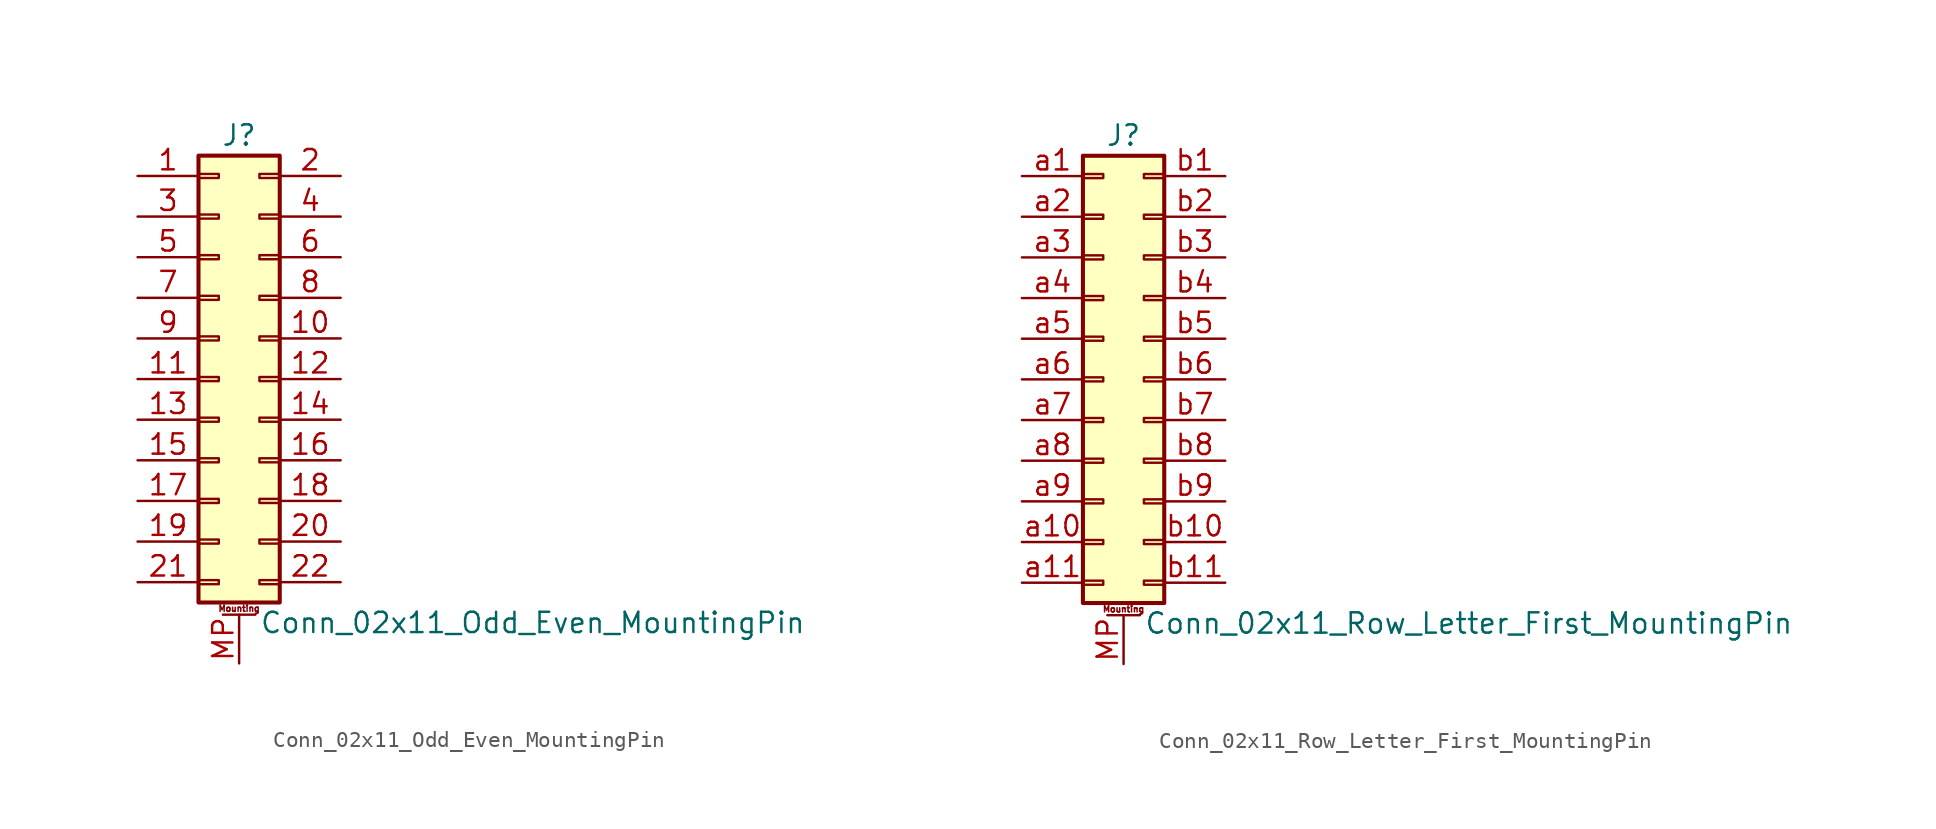
<source format=kicad_sym>
(kicad_symbol_lib
  (version 20211014)
  (generator kicad_symbol_editor)
  (symbol "Conn_02x11_Odd_Even_MountingPin"
    (pin_names
      (offset 1.016) hide)
    (property "Reference" "J"
      (at 1.27 15.24 0)
      (effects (font (size 1.27 1.27))))
    (property "Value" "Conn_02x11_Odd_Even_MountingPin"
      (at 2.54 -15.24 0)
      (effects (font (size 1.27 1.27)) (justify left)))
    (symbol "Conn_02x11_Odd_Even_MountingPin_1_1"
      (rectangle (start -1.27 -12.573) (end 0 -12.827) (stroke (width 0.152) (type default) (color 0 0 0 0)) (fill (type none)))
      (rectangle (start -1.27 -10.033) (end 0 -10.287) (stroke (width 0.152) (type default) (color 0 0 0 0)) (fill (type none)))
      (rectangle (start -1.27 -7.493) (end 0 -7.747) (stroke (width 0.152) (type default) (color 0 0 0 0)) (fill (type none)))
      (rectangle (start -1.27 -4.953) (end 0 -5.207) (stroke (width 0.152) (type default) (color 0 0 0 0)) (fill (type none)))
      (rectangle (start -1.27 -2.413) (end 0 -2.667) (stroke (width 0.152) (type default) (color 0 0 0 0)) (fill (type none)))
      (rectangle (start -1.27 0.127) (end 0 -0.127) (stroke (width 0.152) (type default) (color 0 0 0 0)) (fill (type none)))
      (rectangle (start -1.27 2.667) (end 0 2.413) (stroke (width 0.152) (type default) (color 0 0 0 0)) (fill (type none)))
      (rectangle (start -1.27 5.207) (end 0 4.953) (stroke (width 0.152) (type default) (color 0 0 0 0)) (fill (type none)))
      (rectangle (start -1.27 7.747) (end 0 7.493) (stroke (width 0.152) (type default) (color 0 0 0 0)) (fill (type none)))
      (rectangle (start -1.27 10.287) (end 0 10.033) (stroke (width 0.152) (type default) (color 0 0 0 0)) (fill (type none)))
      (rectangle (start -1.27 12.827) (end 0 12.573) (stroke (width 0.152) (type default) (color 0 0 0 0)) (fill (type none)))
      (rectangle (start -1.27 13.97) (end 3.81 -13.97) (stroke (width 0.254) (type default) (color 0 0 0 0)) (fill (type background)))
      (polyline (pts (xy 0.254 -14.732) (xy 2.286 -14.732)) (stroke (width 0.152) (type default) (color 0 0 0 0)) (fill (type none)))
      (rectangle (start 3.81 -12.573) (end 2.54 -12.827) (stroke (width 0.152) (type default) (color 0 0 0 0)) (fill (type none)))
      (rectangle (start 3.81 -10.033) (end 2.54 -10.287) (stroke (width 0.152) (type default) (color 0 0 0 0)) (fill (type none)))
      (rectangle (start 3.81 -7.493) (end 2.54 -7.747) (stroke (width 0.152) (type default) (color 0 0 0 0)) (fill (type none)))
      (rectangle (start 3.81 -4.953) (end 2.54 -5.207) (stroke (width 0.152) (type default) (color 0 0 0 0)) (fill (type none)))
      (rectangle (start 3.81 -2.413) (end 2.54 -2.667) (stroke (width 0.152) (type default) (color 0 0 0 0)) (fill (type none)))
      (rectangle (start 3.81 0.127) (end 2.54 -0.127) (stroke (width 0.152) (type default) (color 0 0 0 0)) (fill (type none)))
      (rectangle (start 3.81 2.667) (end 2.54 2.413) (stroke (width 0.152) (type default) (color 0 0 0 0)) (fill (type none)))
      (rectangle (start 3.81 5.207) (end 2.54 4.953) (stroke (width 0.152) (type default) (color 0 0 0 0)) (fill (type none)))
      (rectangle (start 3.81 7.747) (end 2.54 7.493) (stroke (width 0.152) (type default) (color 0 0 0 0)) (fill (type none)))
      (rectangle (start 3.81 10.287) (end 2.54 10.033) (stroke (width 0.152) (type default) (color 0 0 0 0)) (fill (type none)))
      (rectangle (start 3.81 12.827) (end 2.54 12.573) (stroke (width 0.152) (type default) (color 0 0 0 0)) (fill (type none)))
      (text "Mounting" (at 1.27 -14.351 0) (effects (font (size 0.381 0.381))))
      (pin passive line (at -5.08 12.7 0) (length 3.81) (name "Pin_1" (effects (font (size 1.27 1.27)))) (number "1" (effects (font (size 1.27 1.27)))))
      (pin passive line (at 7.62 2.54 180) (length 3.81) (name "Pin_10" (effects (font (size 1.27 1.27)))) (number "10" (effects (font (size 1.27 1.27)))))
      (pin passive line (at -5.08 0 0) (length 3.81) (name "Pin_11" (effects (font (size 1.27 1.27)))) (number "11" (effects (font (size 1.27 1.27)))))
      (pin passive line (at 7.62 0 180) (length 3.81) (name "Pin_12" (effects (font (size 1.27 1.27)))) (number "12" (effects (font (size 1.27 1.27)))))
      (pin passive line (at -5.08 -2.54 0) (length 3.81) (name "Pin_13" (effects (font (size 1.27 1.27)))) (number "13" (effects (font (size 1.27 1.27)))))
      (pin passive line (at 7.62 -2.54 180) (length 3.81) (name "Pin_14" (effects (font (size 1.27 1.27)))) (number "14" (effects (font (size 1.27 1.27)))))
      (pin passive line (at -5.08 -5.08 0) (length 3.81) (name "Pin_15" (effects (font (size 1.27 1.27)))) (number "15" (effects (font (size 1.27 1.27)))))
      (pin passive line (at 7.62 -5.08 180) (length 3.81) (name "Pin_16" (effects (font (size 1.27 1.27)))) (number "16" (effects (font (size 1.27 1.27)))))
      (pin passive line (at -5.08 -7.62 0) (length 3.81) (name "Pin_17" (effects (font (size 1.27 1.27)))) (number "17" (effects (font (size 1.27 1.27)))))
      (pin passive line (at 7.62 -7.62 180) (length 3.81) (name "Pin_18" (effects (font (size 1.27 1.27)))) (number "18" (effects (font (size 1.27 1.27)))))
      (pin passive line (at -5.08 -10.16 0) (length 3.81) (name "Pin_19" (effects (font (size 1.27 1.27)))) (number "19" (effects (font (size 1.27 1.27)))))
      (pin passive line (at 7.62 12.7 180) (length 3.81) (name "Pin_2" (effects (font (size 1.27 1.27)))) (number "2" (effects (font (size 1.27 1.27)))))
      (pin passive line (at 7.62 -10.16 180) (length 3.81) (name "Pin_20" (effects (font (size 1.27 1.27)))) (number "20" (effects (font (size 1.27 1.27)))))
      (pin passive line (at -5.08 -12.7 0) (length 3.81) (name "Pin_21" (effects (font (size 1.27 1.27)))) (number "21" (effects (font (size 1.27 1.27)))))
      (pin passive line (at 7.62 -12.7 180) (length 3.81) (name "Pin_22" (effects (font (size 1.27 1.27)))) (number "22" (effects (font (size 1.27 1.27)))))
      (pin passive line (at -5.08 10.16 0) (length 3.81) (name "Pin_3" (effects (font (size 1.27 1.27)))) (number "3" (effects (font (size 1.27 1.27)))))
      (pin passive line (at 7.62 10.16 180) (length 3.81) (name "Pin_4" (effects (font (size 1.27 1.27)))) (number "4" (effects (font (size 1.27 1.27)))))
      (pin passive line (at -5.08 7.62 0) (length 3.81) (name "Pin_5" (effects (font (size 1.27 1.27)))) (number "5" (effects (font (size 1.27 1.27)))))
      (pin passive line (at 7.62 7.62 180) (length 3.81) (name "Pin_6" (effects (font (size 1.27 1.27)))) (number "6" (effects (font (size 1.27 1.27)))))
      (pin passive line (at -5.08 5.08 0) (length 3.81) (name "Pin_7" (effects (font (size 1.27 1.27)))) (number "7" (effects (font (size 1.27 1.27)))))
      (pin passive line (at 7.62 5.08 180) (length 3.81) (name "Pin_8" (effects (font (size 1.27 1.27)))) (number "8" (effects (font (size 1.27 1.27)))))
      (pin passive line (at -5.08 2.54 0) (length 3.81) (name "Pin_9" (effects (font (size 1.27 1.27)))) (number "9" (effects (font (size 1.27 1.27)))))
      (pin passive line (at 1.27 -17.78 90) (length 3.048) (name "MountPin" (effects (font (size 1.27 1.27)))) (number "MP" (effects (font (size 1.27 1.27)))))))
  (symbol "Conn_02x11_Row_Letter_First_MountingPin"
    (pin_names
      (offset 1.016) hide)
    (property "Reference" "J"
      (at 1.27 15.24 0)
      (effects (font (size 1.27 1.27))))
    (property "Value" "Conn_02x11_Row_Letter_First_MountingPin"
      (at 2.54 -15.24 0)
      (effects (font (size 1.27 1.27)) (justify left)))
    (symbol "Conn_02x11_Row_Letter_First_MountingPin_1_1"
      (rectangle (start -1.27 -12.573) (end 0 -12.827) (stroke (width 0.152) (type default) (color 0 0 0 0)) (fill (type none)))
      (rectangle (start -1.27 -10.033) (end 0 -10.287) (stroke (width 0.152) (type default) (color 0 0 0 0)) (fill (type none)))
      (rectangle (start -1.27 -7.493) (end 0 -7.747) (stroke (width 0.152) (type default) (color 0 0 0 0)) (fill (type none)))
      (rectangle (start -1.27 -4.953) (end 0 -5.207) (stroke (width 0.152) (type default) (color 0 0 0 0)) (fill (type none)))
      (rectangle (start -1.27 -2.413) (end 0 -2.667) (stroke (width 0.152) (type default) (color 0 0 0 0)) (fill (type none)))
      (rectangle (start -1.27 0.127) (end 0 -0.127) (stroke (width 0.152) (type default) (color 0 0 0 0)) (fill (type none)))
      (rectangle (start -1.27 2.667) (end 0 2.413) (stroke (width 0.152) (type default) (color 0 0 0 0)) (fill (type none)))
      (rectangle (start -1.27 5.207) (end 0 4.953) (stroke (width 0.152) (type default) (color 0 0 0 0)) (fill (type none)))
      (rectangle (start -1.27 7.747) (end 0 7.493) (stroke (width 0.152) (type default) (color 0 0 0 0)) (fill (type none)))
      (rectangle (start -1.27 10.287) (end 0 10.033) (stroke (width 0.152) (type default) (color 0 0 0 0)) (fill (type none)))
      (rectangle (start -1.27 12.827) (end 0 12.573) (stroke (width 0.152) (type default) (color 0 0 0 0)) (fill (type none)))
      (rectangle (start -1.27 13.97) (end 3.81 -13.97) (stroke (width 0.254) (type default) (color 0 0 0 0)) (fill (type background)))
      (polyline (pts (xy 0.254 -14.732) (xy 2.286 -14.732)) (stroke (width 0.152) (type default) (color 0 0 0 0)) (fill (type none)))
      (rectangle (start 3.81 -12.573) (end 2.54 -12.827) (stroke (width 0.152) (type default) (color 0 0 0 0)) (fill (type none)))
      (rectangle (start 3.81 -10.033) (end 2.54 -10.287) (stroke (width 0.152) (type default) (color 0 0 0 0)) (fill (type none)))
      (rectangle (start 3.81 -7.493) (end 2.54 -7.747) (stroke (width 0.152) (type default) (color 0 0 0 0)) (fill (type none)))
      (rectangle (start 3.81 -4.953) (end 2.54 -5.207) (stroke (width 0.152) (type default) (color 0 0 0 0)) (fill (type none)))
      (rectangle (start 3.81 -2.413) (end 2.54 -2.667) (stroke (width 0.152) (type default) (color 0 0 0 0)) (fill (type none)))
      (rectangle (start 3.81 0.127) (end 2.54 -0.127) (stroke (width 0.152) (type default) (color 0 0 0 0)) (fill (type none)))
      (rectangle (start 3.81 2.667) (end 2.54 2.413) (stroke (width 0.152) (type default) (color 0 0 0 0)) (fill (type none)))
      (rectangle (start 3.81 5.207) (end 2.54 4.953) (stroke (width 0.152) (type default) (color 0 0 0 0)) (fill (type none)))
      (rectangle (start 3.81 7.747) (end 2.54 7.493) (stroke (width 0.152) (type default) (color 0 0 0 0)) (fill (type none)))
      (rectangle (start 3.81 10.287) (end 2.54 10.033) (stroke (width 0.152) (type default) (color 0 0 0 0)) (fill (type none)))
      (rectangle (start 3.81 12.827) (end 2.54 12.573) (stroke (width 0.152) (type default) (color 0 0 0 0)) (fill (type none)))
      (text "Mounting" (at 1.27 -14.351 0) (effects (font (size 0.381 0.381))))
      (pin passive line (at 1.27 -17.78 90) (length 3.048) (name "MountPin" (effects (font (size 1.27 1.27)))) (number "MP" (effects (font (size 1.27 1.27)))))
      (pin passive line (at -5.08 12.7 0) (length 3.81) (name "Pin_a1" (effects (font (size 1.27 1.27)))) (number "a1" (effects (font (size 1.27 1.27)))))
      (pin passive line (at -5.08 -10.16 0) (length 3.81) (name "Pin_a10" (effects (font (size 1.27 1.27)))) (number "a10" (effects (font (size 1.27 1.27)))))
      (pin passive line (at -5.08 -12.7 0) (length 3.81) (name "Pin_a11" (effects (font (size 1.27 1.27)))) (number "a11" (effects (font (size 1.27 1.27)))))
      (pin passive line (at -5.08 10.16 0) (length 3.81) (name "Pin_a2" (effects (font (size 1.27 1.27)))) (number "a2" (effects (font (size 1.27 1.27)))))
      (pin passive line (at -5.08 7.62 0) (length 3.81) (name "Pin_a3" (effects (font (size 1.27 1.27)))) (number "a3" (effects (font (size 1.27 1.27)))))
      (pin passive line (at -5.08 5.08 0) (length 3.81) (name "Pin_a4" (effects (font (size 1.27 1.27)))) (number "a4" (effects (font (size 1.27 1.27)))))
      (pin passive line (at -5.08 2.54 0) (length 3.81) (name "Pin_a5" (effects (font (size 1.27 1.27)))) (number "a5" (effects (font (size 1.27 1.27)))))
      (pin passive line (at -5.08 0 0) (length 3.81) (name "Pin_a6" (effects (font (size 1.27 1.27)))) (number "a6" (effects (font (size 1.27 1.27)))))
      (pin passive line (at -5.08 -2.54 0) (length 3.81) (name "Pin_a7" (effects (font (size 1.27 1.27)))) (number "a7" (effects (font (size 1.27 1.27)))))
      (pin passive line (at -5.08 -5.08 0) (length 3.81) (name "Pin_a8" (effects (font (size 1.27 1.27)))) (number "a8" (effects (font (size 1.27 1.27)))))
      (pin passive line (at -5.08 -7.62 0) (length 3.81) (name "Pin_a9" (effects (font (size 1.27 1.27)))) (number "a9" (effects (font (size 1.27 1.27)))))
      (pin passive line (at 7.62 12.7 180) (length 3.81) (name "Pin_b1" (effects (font (size 1.27 1.27)))) (number "b1" (effects (font (size 1.27 1.27)))))
      (pin passive line (at 7.62 -10.16 180) (length 3.81) (name "Pin_b10" (effects (font (size 1.27 1.27)))) (number "b10" (effects (font (size 1.27 1.27)))))
      (pin passive line (at 7.62 -12.7 180) (length 3.81) (name "Pin_b11" (effects (font (size 1.27 1.27)))) (number "b11" (effects (font (size 1.27 1.27)))))
      (pin passive line (at 7.62 10.16 180) (length 3.81) (name "Pin_b2" (effects (font (size 1.27 1.27)))) (number "b2" (effects (font (size 1.27 1.27)))))
      (pin passive line (at 7.62 7.62 180) (length 3.81) (name "Pin_b3" (effects (font (size 1.27 1.27)))) (number "b3" (effects (font (size 1.27 1.27)))))
      (pin passive line (at 7.62 5.08 180) (length 3.81) (name "Pin_b4" (effects (font (size 1.27 1.27)))) (number "b4" (effects (font (size 1.27 1.27)))))
      (pin passive line (at 7.62 2.54 180) (length 3.81) (name "Pin_b5" (effects (font (size 1.27 1.27)))) (number "b5" (effects (font (size 1.27 1.27)))))
      (pin passive line (at 7.62 0 180) (length 3.81) (name "Pin_b6" (effects (font (size 1.27 1.27)))) (number "b6" (effects (font (size 1.27 1.27)))))
      (pin passive line (at 7.62 -2.54 180) (length 3.81) (name "Pin_b7" (effects (font (size 1.27 1.27)))) (number "b7" (effects (font (size 1.27 1.27)))))
      (pin passive line (at 7.62 -5.08 180) (length 3.81) (name "Pin_b8" (effects (font (size 1.27 1.27)))) (number "b8" (effects (font (size 1.27 1.27)))))
      (pin passive line (at 7.62 -7.62 180) (length 3.81) (name "Pin_b9" (effects (font (size 1.27 1.27)))) (number "b9" (effects (font (size 1.27 1.27))))))))
</source>
